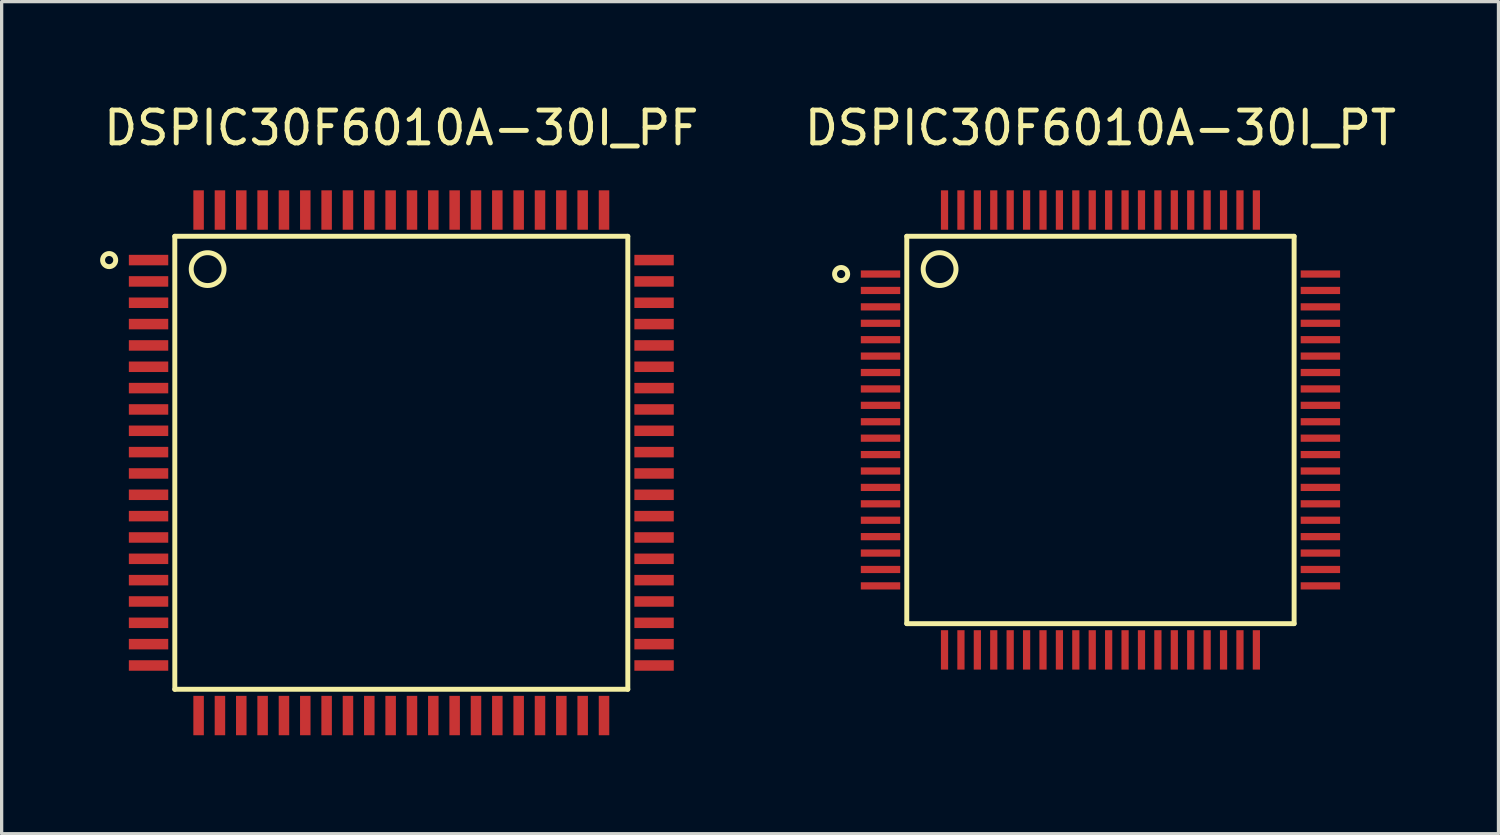
<source format=kicad_pcb>
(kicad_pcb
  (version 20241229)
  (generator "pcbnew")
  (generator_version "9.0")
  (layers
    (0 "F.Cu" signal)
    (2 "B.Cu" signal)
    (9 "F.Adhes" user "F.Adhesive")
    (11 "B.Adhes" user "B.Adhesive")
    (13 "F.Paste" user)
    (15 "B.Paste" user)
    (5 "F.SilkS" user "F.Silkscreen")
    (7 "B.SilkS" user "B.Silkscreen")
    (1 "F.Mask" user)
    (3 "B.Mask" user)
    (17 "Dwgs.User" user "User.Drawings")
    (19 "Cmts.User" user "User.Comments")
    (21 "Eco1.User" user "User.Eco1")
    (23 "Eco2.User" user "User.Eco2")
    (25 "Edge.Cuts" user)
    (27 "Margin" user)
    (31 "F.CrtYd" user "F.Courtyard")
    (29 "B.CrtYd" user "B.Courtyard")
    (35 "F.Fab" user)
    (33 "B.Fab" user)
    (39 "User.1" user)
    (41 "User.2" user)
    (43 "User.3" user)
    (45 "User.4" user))
  (footprint "DSPIC30F6010A-30I_PT"
    (layer "F.Cu")
    (at 23.773 3.348)
    (property "Reference" "DSPIC30F6010A-30I_PT" (at 6.7 -2.5 0) (layer "F.SilkS") (effects (font (size 1 1) (thickness 0.15))))
    (attr through_hole)
    (fp_line (start 0.8 0.8) (end 0.8 12.6) (stroke (width 0.15) (type solid)) (layer "F.SilkS"))
    (fp_line (start 0.8 0.8) (end 12.6 0.8) (stroke (width 0.15) (type solid)) (layer "F.SilkS"))
    (fp_line (start 0.8 12.6) (end 12.6 12.6) (stroke (width 0.15) (type solid)) (layer "F.SilkS"))
    (fp_line (start 12.6 12.6) (end 12.6 0.8) (stroke (width 0.15) (type solid)) (layer "F.SilkS"))
    (fp_circle (center -1.2 1.95) (end -1.2 1.75) (stroke (width 0.15) (type solid)) (fill no) (layer "F.SilkS"))
    (fp_circle (center 1.8 1.8) (end 1.8 1.3) (stroke (width 0.15) (type solid)) (fill no) (layer "F.SilkS"))
    (pad "1" smd rect (at 0 1.95) (size 1.2 0.22) (layers "F.Cu" "F.Mask" "F.Paste"))
    (pad "2" smd rect (at 0 2.45) (size 1.2 0.22) (layers "F.Cu" "F.Mask" "F.Paste"))
    (pad "3" smd rect (at 0 2.95) (size 1.2 0.22) (layers "F.Cu" "F.Mask" "F.Paste"))
    (pad "4" smd rect (at 0 3.45) (size 1.2 0.22) (layers "F.Cu" "F.Mask" "F.Paste"))
    (pad "5" smd rect (at 0 3.95) (size 1.2 0.22) (layers "F.Cu" "F.Mask" "F.Paste"))
    (pad "6" smd rect (at 0 4.45) (size 1.2 0.22) (layers "F.Cu" "F.Mask" "F.Paste"))
    (pad "7" smd rect (at 0 4.95) (size 1.2 0.22) (layers "F.Cu" "F.Mask" "F.Paste"))
    (pad "8" smd rect (at 0 5.45) (size 1.2 0.22) (layers "F.Cu" "F.Mask" "F.Paste"))
    (pad "9" smd rect (at 0 5.95) (size 1.2 0.22) (layers "F.Cu" "F.Mask" "F.Paste"))
    (pad "10" smd rect (at 0 6.45) (size 1.2 0.22) (layers "F.Cu" "F.Mask" "F.Paste"))
    (pad "11" smd rect (at 0 6.95) (size 1.2 0.22) (layers "F.Cu" "F.Mask" "F.Paste"))
    (pad "12" smd rect (at 0 7.45) (size 1.2 0.22) (layers "F.Cu" "F.Mask" "F.Paste"))
    (pad "13" smd rect (at 0 7.95) (size 1.2 0.22) (layers "F.Cu" "F.Mask" "F.Paste"))
    (pad "14" smd rect (at 0 8.45) (size 1.2 0.22) (layers "F.Cu" "F.Mask" "F.Paste"))
    (pad "15" smd rect (at 0 8.95) (size 1.2 0.22) (layers "F.Cu" "F.Mask" "F.Paste"))
    (pad "16" smd rect (at 0 9.45) (size 1.2 0.22) (layers "F.Cu" "F.Mask" "F.Paste"))
    (pad "17" smd rect (at 0 9.95) (size 1.2 0.22) (layers "F.Cu" "F.Mask" "F.Paste"))
    (pad "18" smd rect (at 0 10.45) (size 1.2 0.22) (layers "F.Cu" "F.Mask" "F.Paste"))
    (pad "19" smd rect (at 0 10.95) (size 1.2 0.22) (layers "F.Cu" "F.Mask" "F.Paste"))
    (pad "20" smd rect (at 0 11.45) (size 1.2 0.22) (layers "F.Cu" "F.Mask" "F.Paste"))
    (pad "21" smd rect (at 1.95 13.4) (size 0.22 1.2) (layers "F.Cu" "F.Mask" "F.Paste"))
    (pad "22" smd rect (at 2.45 13.4) (size 0.22 1.2) (layers "F.Cu" "F.Mask" "F.Paste"))
    (pad "23" smd rect (at 2.95 13.4) (size 0.22 1.2) (layers "F.Cu" "F.Mask" "F.Paste"))
    (pad "24" smd rect (at 3.45 13.4) (size 0.22 1.2) (layers "F.Cu" "F.Mask" "F.Paste"))
    (pad "25" smd rect (at 3.95 13.4) (size 0.22 1.2) (layers "F.Cu" "F.Mask" "F.Paste"))
    (pad "26" smd rect (at 4.45 13.4) (size 0.22 1.2) (layers "F.Cu" "F.Mask" "F.Paste"))
    (pad "27" smd rect (at 4.95 13.4) (size 0.22 1.2) (layers "F.Cu" "F.Mask" "F.Paste"))
    (pad "28" smd rect (at 5.45 13.4) (size 0.22 1.2) (layers "F.Cu" "F.Mask" "F.Paste"))
    (pad "29" smd rect (at 5.95 13.4) (size 0.22 1.2) (layers "F.Cu" "F.Mask" "F.Paste"))
    (pad "30" smd rect (at 6.45 13.4) (size 0.22 1.2) (layers "F.Cu" "F.Mask" "F.Paste"))
    (pad "31" smd rect (at 6.95 13.4) (size 0.22 1.2) (layers "F.Cu" "F.Mask" "F.Paste"))
    (pad "32" smd rect (at 7.45 13.4) (size 0.22 1.2) (layers "F.Cu" "F.Mask" "F.Paste"))
    (pad "33" smd rect (at 7.95 13.4) (size 0.22 1.2) (layers "F.Cu" "F.Mask" "F.Paste"))
    (pad "34" smd rect (at 8.45 13.4) (size 0.22 1.2) (layers "F.Cu" "F.Mask" "F.Paste"))
    (pad "35" smd rect (at 8.95 13.4) (size 0.22 1.2) (layers "F.Cu" "F.Mask" "F.Paste"))
    (pad "36" smd rect (at 9.45 13.4) (size 0.22 1.2) (layers "F.Cu" "F.Mask" "F.Paste"))
    (pad "37" smd rect (at 9.95 13.4) (size 0.22 1.2) (layers "F.Cu" "F.Mask" "F.Paste"))
    (pad "38" smd rect (at 10.45 13.4) (size 0.22 1.2) (layers "F.Cu" "F.Mask" "F.Paste"))
    (pad "39" smd rect (at 10.95 13.4) (size 0.22 1.2) (layers "F.Cu" "F.Mask" "F.Paste"))
    (pad "40" smd rect (at 11.45 13.4) (size 0.22 1.2) (layers "F.Cu" "F.Mask" "F.Paste"))
    (pad "41" smd rect (at 13.4 11.45) (size 1.2 0.22) (layers "F.Cu" "F.Mask" "F.Paste"))
    (pad "42" smd rect (at 13.4 10.95) (size 1.2 0.22) (layers "F.Cu" "F.Mask" "F.Paste"))
    (pad "43" smd rect (at 13.4 10.45) (size 1.2 0.22) (layers "F.Cu" "F.Mask" "F.Paste"))
    (pad "44" smd rect (at 13.4 9.95) (size 1.2 0.22) (layers "F.Cu" "F.Mask" "F.Paste"))
    (pad "45" smd rect (at 13.4 9.45) (size 1.2 0.22) (layers "F.Cu" "F.Mask" "F.Paste"))
    (pad "46" smd rect (at 13.4 8.95) (size 1.2 0.22) (layers "F.Cu" "F.Mask" "F.Paste"))
    (pad "47" smd rect (at 13.4 8.45) (size 1.2 0.22) (layers "F.Cu" "F.Mask" "F.Paste"))
    (pad "48" smd rect (at 13.4 7.95) (size 1.2 0.22) (layers "F.Cu" "F.Mask" "F.Paste"))
    (pad "49" smd rect (at 13.4 7.45) (size 1.2 0.22) (layers "F.Cu" "F.Mask" "F.Paste"))
    (pad "50" smd rect (at 13.4 6.95) (size 1.2 0.22) (layers "F.Cu" "F.Mask" "F.Paste"))
    (pad "51" smd rect (at 13.4 6.45) (size 1.2 0.22) (layers "F.Cu" "F.Mask" "F.Paste"))
    (pad "52" smd rect (at 13.4 5.95) (size 1.2 0.22) (layers "F.Cu" "F.Mask" "F.Paste"))
    (pad "53" smd rect (at 13.4 5.45) (size 1.2 0.22) (layers "F.Cu" "F.Mask" "F.Paste"))
    (pad "54" smd rect (at 13.4 4.95) (size 1.2 0.22) (layers "F.Cu" "F.Mask" "F.Paste"))
    (pad "55" smd rect (at 13.4 4.45) (size 1.2 0.22) (layers "F.Cu" "F.Mask" "F.Paste"))
    (pad "56" smd rect (at 13.4 3.95) (size 1.2 0.22) (layers "F.Cu" "F.Mask" "F.Paste"))
    (pad "57" smd rect (at 13.4 3.45) (size 1.2 0.22) (layers "F.Cu" "F.Mask" "F.Paste"))
    (pad "58" smd rect (at 13.4 2.95) (size 1.2 0.22) (layers "F.Cu" "F.Mask" "F.Paste"))
    (pad "59" smd rect (at 13.4 2.45) (size 1.2 0.22) (layers "F.Cu" "F.Mask" "F.Paste"))
    (pad "60" smd rect (at 13.4 1.95) (size 1.2 0.22) (layers "F.Cu" "F.Mask" "F.Paste"))
    (pad "61" smd rect (at 11.45 0) (size 0.22 1.2) (layers "F.Cu" "F.Mask" "F.Paste"))
    (pad "62" smd rect (at 10.95 0) (size 0.22 1.2) (layers "F.Cu" "F.Mask" "F.Paste"))
    (pad "63" smd rect (at 10.45 0) (size 0.22 1.2) (layers "F.Cu" "F.Mask" "F.Paste"))
    (pad "64" smd rect (at 9.95 0) (size 0.22 1.2) (layers "F.Cu" "F.Mask" "F.Paste"))
    (pad "65" smd rect (at 9.45 0) (size 0.22 1.2) (layers "F.Cu" "F.Mask" "F.Paste"))
    (pad "66" smd rect (at 8.95 0) (size 0.22 1.2) (layers "F.Cu" "F.Mask" "F.Paste"))
    (pad "67" smd rect (at 8.45 0) (size 0.22 1.2) (layers "F.Cu" "F.Mask" "F.Paste"))
    (pad "68" smd rect (at 7.95 0) (size 0.22 1.2) (layers "F.Cu" "F.Mask" "F.Paste"))
    (pad "69" smd rect (at 7.45 0) (size 0.22 1.2) (layers "F.Cu" "F.Mask" "F.Paste"))
    (pad "70" smd rect (at 6.95 0) (size 0.22 1.2) (layers "F.Cu" "F.Mask" "F.Paste"))
    (pad "71" smd rect (at 6.45 0) (size 0.22 1.2) (layers "F.Cu" "F.Mask" "F.Paste"))
    (pad "72" smd rect (at 5.95 0) (size 0.22 1.2) (layers "F.Cu" "F.Mask" "F.Paste"))
    (pad "73" smd rect (at 5.45 0) (size 0.22 1.2) (layers "F.Cu" "F.Mask" "F.Paste"))
    (pad "74" smd rect (at 4.95 0) (size 0.22 1.2) (layers "F.Cu" "F.Mask" "F.Paste"))
    (pad "75" smd rect (at 4.45 0) (size 0.22 1.2) (layers "F.Cu" "F.Mask" "F.Paste"))
    (pad "76" smd rect (at 3.95 0) (size 0.22 1.2) (layers "F.Cu" "F.Mask" "F.Paste"))
    (pad "77" smd rect (at 3.45 0) (size 0.22 1.2) (layers "F.Cu" "F.Mask" "F.Paste"))
    (pad "78" smd rect (at 2.95 0) (size 0.22 1.2) (layers "F.Cu" "F.Mask" "F.Paste"))
    (pad "79" smd rect (at 2.45 0) (size 0.22 1.2) (layers "F.Cu" "F.Mask" "F.Paste"))
    (pad "80" smd rect (at 1.95 0) (size 0.22 1.2) (layers "F.Cu" "F.Mask" "F.Paste")))
  (footprint "DSPIC30F6010A-30I_PF"
    (layer "F.Cu")
    (at 1.475 3.348)
    (property "Reference" "DSPIC30F6010A-30I_PF" (at 7.7 -2.5 0) (layer "F.SilkS") (effects (font (size 1 1) (thickness 0.15))))
    (attr through_hole)
    (fp_line (start 0.8 0.8) (end 0.8 14.6) (stroke (width 0.15) (type solid)) (layer "F.SilkS"))
    (fp_line (start 0.8 0.8) (end 14.6 0.8) (stroke (width 0.15) (type solid)) (layer "F.SilkS"))
    (fp_line (start 0.8 14.6) (end 14.6 14.6) (stroke (width 0.15) (type solid)) (layer "F.SilkS"))
    (fp_line (start 14.6 14.6) (end 14.6 0.8) (stroke (width 0.15) (type solid)) (layer "F.SilkS"))
    (fp_circle (center -1.2 1.525) (end -1.2 1.325) (stroke (width 0.15) (type solid)) (fill no) (layer "F.SilkS"))
    (fp_circle (center 1.8 1.8) (end 1.8 1.3) (stroke (width 0.15) (type solid)) (fill no) (layer "F.SilkS"))
    (pad "1" smd rect (at 0 1.525) (size 1.2 0.32) (layers "F.Cu" "F.Mask" "F.Paste"))
    (pad "2" smd rect (at 0 2.175) (size 1.2 0.32) (layers "F.Cu" "F.Mask" "F.Paste"))
    (pad "3" smd rect (at 0 2.825) (size 1.2 0.32) (layers "F.Cu" "F.Mask" "F.Paste"))
    (pad "4" smd rect (at 0 3.475) (size 1.2 0.32) (layers "F.Cu" "F.Mask" "F.Paste"))
    (pad "5" smd rect (at 0 4.125) (size 1.2 0.32) (layers "F.Cu" "F.Mask" "F.Paste"))
    (pad "6" smd rect (at 0 4.775) (size 1.2 0.32) (layers "F.Cu" "F.Mask" "F.Paste"))
    (pad "7" smd rect (at 0 5.425) (size 1.2 0.32) (layers "F.Cu" "F.Mask" "F.Paste"))
    (pad "8" smd rect (at 0 6.075) (size 1.2 0.32) (layers "F.Cu" "F.Mask" "F.Paste"))
    (pad "9" smd rect (at 0 6.725) (size 1.2 0.32) (layers "F.Cu" "F.Mask" "F.Paste"))
    (pad "10" smd rect (at 0 7.375) (size 1.2 0.32) (layers "F.Cu" "F.Mask" "F.Paste"))
    (pad "11" smd rect (at 0 8.025) (size 1.2 0.32) (layers "F.Cu" "F.Mask" "F.Paste"))
    (pad "12" smd rect (at 0 8.675) (size 1.2 0.32) (layers "F.Cu" "F.Mask" "F.Paste"))
    (pad "13" smd rect (at 0 9.325) (size 1.2 0.32) (layers "F.Cu" "F.Mask" "F.Paste"))
    (pad "14" smd rect (at 0 9.975) (size 1.2 0.32) (layers "F.Cu" "F.Mask" "F.Paste"))
    (pad "15" smd rect (at 0 10.625) (size 1.2 0.32) (layers "F.Cu" "F.Mask" "F.Paste"))
    (pad "16" smd rect (at 0 11.275) (size 1.2 0.32) (layers "F.Cu" "F.Mask" "F.Paste"))
    (pad "17" smd rect (at 0 11.925) (size 1.2 0.32) (layers "F.Cu" "F.Mask" "F.Paste"))
    (pad "18" smd rect (at 0 12.575) (size 1.2 0.32) (layers "F.Cu" "F.Mask" "F.Paste"))
    (pad "19" smd rect (at 0 13.225) (size 1.2 0.32) (layers "F.Cu" "F.Mask" "F.Paste"))
    (pad "20" smd rect (at 0 13.875) (size 1.2 0.32) (layers "F.Cu" "F.Mask" "F.Paste"))
    (pad "21" smd rect (at 1.525 15.4) (size 0.32 1.2) (layers "F.Cu" "F.Mask" "F.Paste"))
    (pad "22" smd rect (at 2.175 15.4) (size 0.32 1.2) (layers "F.Cu" "F.Mask" "F.Paste"))
    (pad "23" smd rect (at 2.825 15.4) (size 0.32 1.2) (layers "F.Cu" "F.Mask" "F.Paste"))
    (pad "24" smd rect (at 3.475 15.4) (size 0.32 1.2) (layers "F.Cu" "F.Mask" "F.Paste"))
    (pad "25" smd rect (at 4.125 15.4) (size 0.32 1.2) (layers "F.Cu" "F.Mask" "F.Paste"))
    (pad "26" smd rect (at 4.775 15.4) (size 0.32 1.2) (layers "F.Cu" "F.Mask" "F.Paste"))
    (pad "27" smd rect (at 5.425 15.4) (size 0.32 1.2) (layers "F.Cu" "F.Mask" "F.Paste"))
    (pad "28" smd rect (at 6.075 15.4) (size 0.32 1.2) (layers "F.Cu" "F.Mask" "F.Paste"))
    (pad "29" smd rect (at 6.725 15.4) (size 0.32 1.2) (layers "F.Cu" "F.Mask" "F.Paste"))
    (pad "30" smd rect (at 7.375 15.4) (size 0.32 1.2) (layers "F.Cu" "F.Mask" "F.Paste"))
    (pad "31" smd rect (at 8.025 15.4) (size 0.32 1.2) (layers "F.Cu" "F.Mask" "F.Paste"))
    (pad "32" smd rect (at 8.675 15.4) (size 0.32 1.2) (layers "F.Cu" "F.Mask" "F.Paste"))
    (pad "33" smd rect (at 9.325 15.4) (size 0.32 1.2) (layers "F.Cu" "F.Mask" "F.Paste"))
    (pad "34" smd rect (at 9.975 15.4) (size 0.32 1.2) (layers "F.Cu" "F.Mask" "F.Paste"))
    (pad "35" smd rect (at 10.625 15.4) (size 0.32 1.2) (layers "F.Cu" "F.Mask" "F.Paste"))
    (pad "36" smd rect (at 11.275 15.4) (size 0.32 1.2) (layers "F.Cu" "F.Mask" "F.Paste"))
    (pad "37" smd rect (at 11.925 15.4) (size 0.32 1.2) (layers "F.Cu" "F.Mask" "F.Paste"))
    (pad "38" smd rect (at 12.575 15.4) (size 0.32 1.2) (layers "F.Cu" "F.Mask" "F.Paste"))
    (pad "39" smd rect (at 13.225 15.4) (size 0.32 1.2) (layers "F.Cu" "F.Mask" "F.Paste"))
    (pad "40" smd rect (at 13.875 15.4) (size 0.32 1.2) (layers "F.Cu" "F.Mask" "F.Paste"))
    (pad "41" smd rect (at 15.4 13.875) (size 1.2 0.32) (layers "F.Cu" "F.Mask" "F.Paste"))
    (pad "42" smd rect (at 15.4 13.225) (size 1.2 0.32) (layers "F.Cu" "F.Mask" "F.Paste"))
    (pad "43" smd rect (at 15.4 12.575) (size 1.2 0.32) (layers "F.Cu" "F.Mask" "F.Paste"))
    (pad "44" smd rect (at 15.4 11.925) (size 1.2 0.32) (layers "F.Cu" "F.Mask" "F.Paste"))
    (pad "45" smd rect (at 15.4 11.275) (size 1.2 0.32) (layers "F.Cu" "F.Mask" "F.Paste"))
    (pad "46" smd rect (at 15.4 10.625) (size 1.2 0.32) (layers "F.Cu" "F.Mask" "F.Paste"))
    (pad "47" smd rect (at 15.4 9.975) (size 1.2 0.32) (layers "F.Cu" "F.Mask" "F.Paste"))
    (pad "48" smd rect (at 15.4 9.325) (size 1.2 0.32) (layers "F.Cu" "F.Mask" "F.Paste"))
    (pad "49" smd rect (at 15.4 8.675) (size 1.2 0.32) (layers "F.Cu" "F.Mask" "F.Paste"))
    (pad "50" smd rect (at 15.4 8.025) (size 1.2 0.32) (layers "F.Cu" "F.Mask" "F.Paste"))
    (pad "51" smd rect (at 15.4 7.375) (size 1.2 0.32) (layers "F.Cu" "F.Mask" "F.Paste"))
    (pad "52" smd rect (at 15.4 6.725) (size 1.2 0.32) (layers "F.Cu" "F.Mask" "F.Paste"))
    (pad "53" smd rect (at 15.4 6.075) (size 1.2 0.32) (layers "F.Cu" "F.Mask" "F.Paste"))
    (pad "54" smd rect (at 15.4 5.425) (size 1.2 0.32) (layers "F.Cu" "F.Mask" "F.Paste"))
    (pad "55" smd rect (at 15.4 4.775) (size 1.2 0.32) (layers "F.Cu" "F.Mask" "F.Paste"))
    (pad "56" smd rect (at 15.4 4.125) (size 1.2 0.32) (layers "F.Cu" "F.Mask" "F.Paste"))
    (pad "57" smd rect (at 15.4 3.475) (size 1.2 0.32) (layers "F.Cu" "F.Mask" "F.Paste"))
    (pad "58" smd rect (at 15.4 2.825) (size 1.2 0.32) (layers "F.Cu" "F.Mask" "F.Paste"))
    (pad "59" smd rect (at 15.4 2.175) (size 1.2 0.32) (layers "F.Cu" "F.Mask" "F.Paste"))
    (pad "60" smd rect (at 15.4 1.525) (size 1.2 0.32) (layers "F.Cu" "F.Mask" "F.Paste"))
    (pad "61" smd rect (at 13.875 0) (size 0.32 1.2) (layers "F.Cu" "F.Mask" "F.Paste"))
    (pad "62" smd rect (at 13.225 0) (size 0.32 1.2) (layers "F.Cu" "F.Mask" "F.Paste"))
    (pad "63" smd rect (at 12.575 0) (size 0.32 1.2) (layers "F.Cu" "F.Mask" "F.Paste"))
    (pad "64" smd rect (at 11.925 0) (size 0.32 1.2) (layers "F.Cu" "F.Mask" "F.Paste"))
    (pad "65" smd rect (at 11.275 0) (size 0.32 1.2) (layers "F.Cu" "F.Mask" "F.Paste"))
    (pad "66" smd rect (at 10.625 0) (size 0.32 1.2) (layers "F.Cu" "F.Mask" "F.Paste"))
    (pad "67" smd rect (at 9.975 0) (size 0.32 1.2) (layers "F.Cu" "F.Mask" "F.Paste"))
    (pad "68" smd rect (at 9.325 0) (size 0.32 1.2) (layers "F.Cu" "F.Mask" "F.Paste"))
    (pad "69" smd rect (at 8.675 0) (size 0.32 1.2) (layers "F.Cu" "F.Mask" "F.Paste"))
    (pad "70" smd rect (at 8.025 0) (size 0.32 1.2) (layers "F.Cu" "F.Mask" "F.Paste"))
    (pad "71" smd rect (at 7.375 0) (size 0.32 1.2) (layers "F.Cu" "F.Mask" "F.Paste"))
    (pad "72" smd rect (at 6.725 0) (size 0.32 1.2) (layers "F.Cu" "F.Mask" "F.Paste"))
    (pad "73" smd rect (at 6.075 0) (size 0.32 1.2) (layers "F.Cu" "F.Mask" "F.Paste"))
    (pad "74" smd rect (at 5.425 0) (size 0.32 1.2) (layers "F.Cu" "F.Mask" "F.Paste"))
    (pad "75" smd rect (at 4.775 0) (size 0.32 1.2) (layers "F.Cu" "F.Mask" "F.Paste"))
    (pad "76" smd rect (at 4.125 0) (size 0.32 1.2) (layers "F.Cu" "F.Mask" "F.Paste"))
    (pad "77" smd rect (at 3.475 0) (size 0.32 1.2) (layers "F.Cu" "F.Mask" "F.Paste"))
    (pad "78" smd rect (at 2.825 0) (size 0.32 1.2) (layers "F.Cu" "F.Mask" "F.Paste"))
    (pad "79" smd rect (at 2.175 0) (size 0.32 1.2) (layers "F.Cu" "F.Mask" "F.Paste"))
    (pad "80" smd rect (at 1.525 0) (size 0.32 1.2) (layers "F.Cu" "F.Mask" "F.Paste")))
  (gr_rect
    (start -3 -3)
    (end 42.598 22.348)
    (stroke (width 0.1) (type default))
    (fill no)
    (layer "Edge.Cuts")))
</source>
